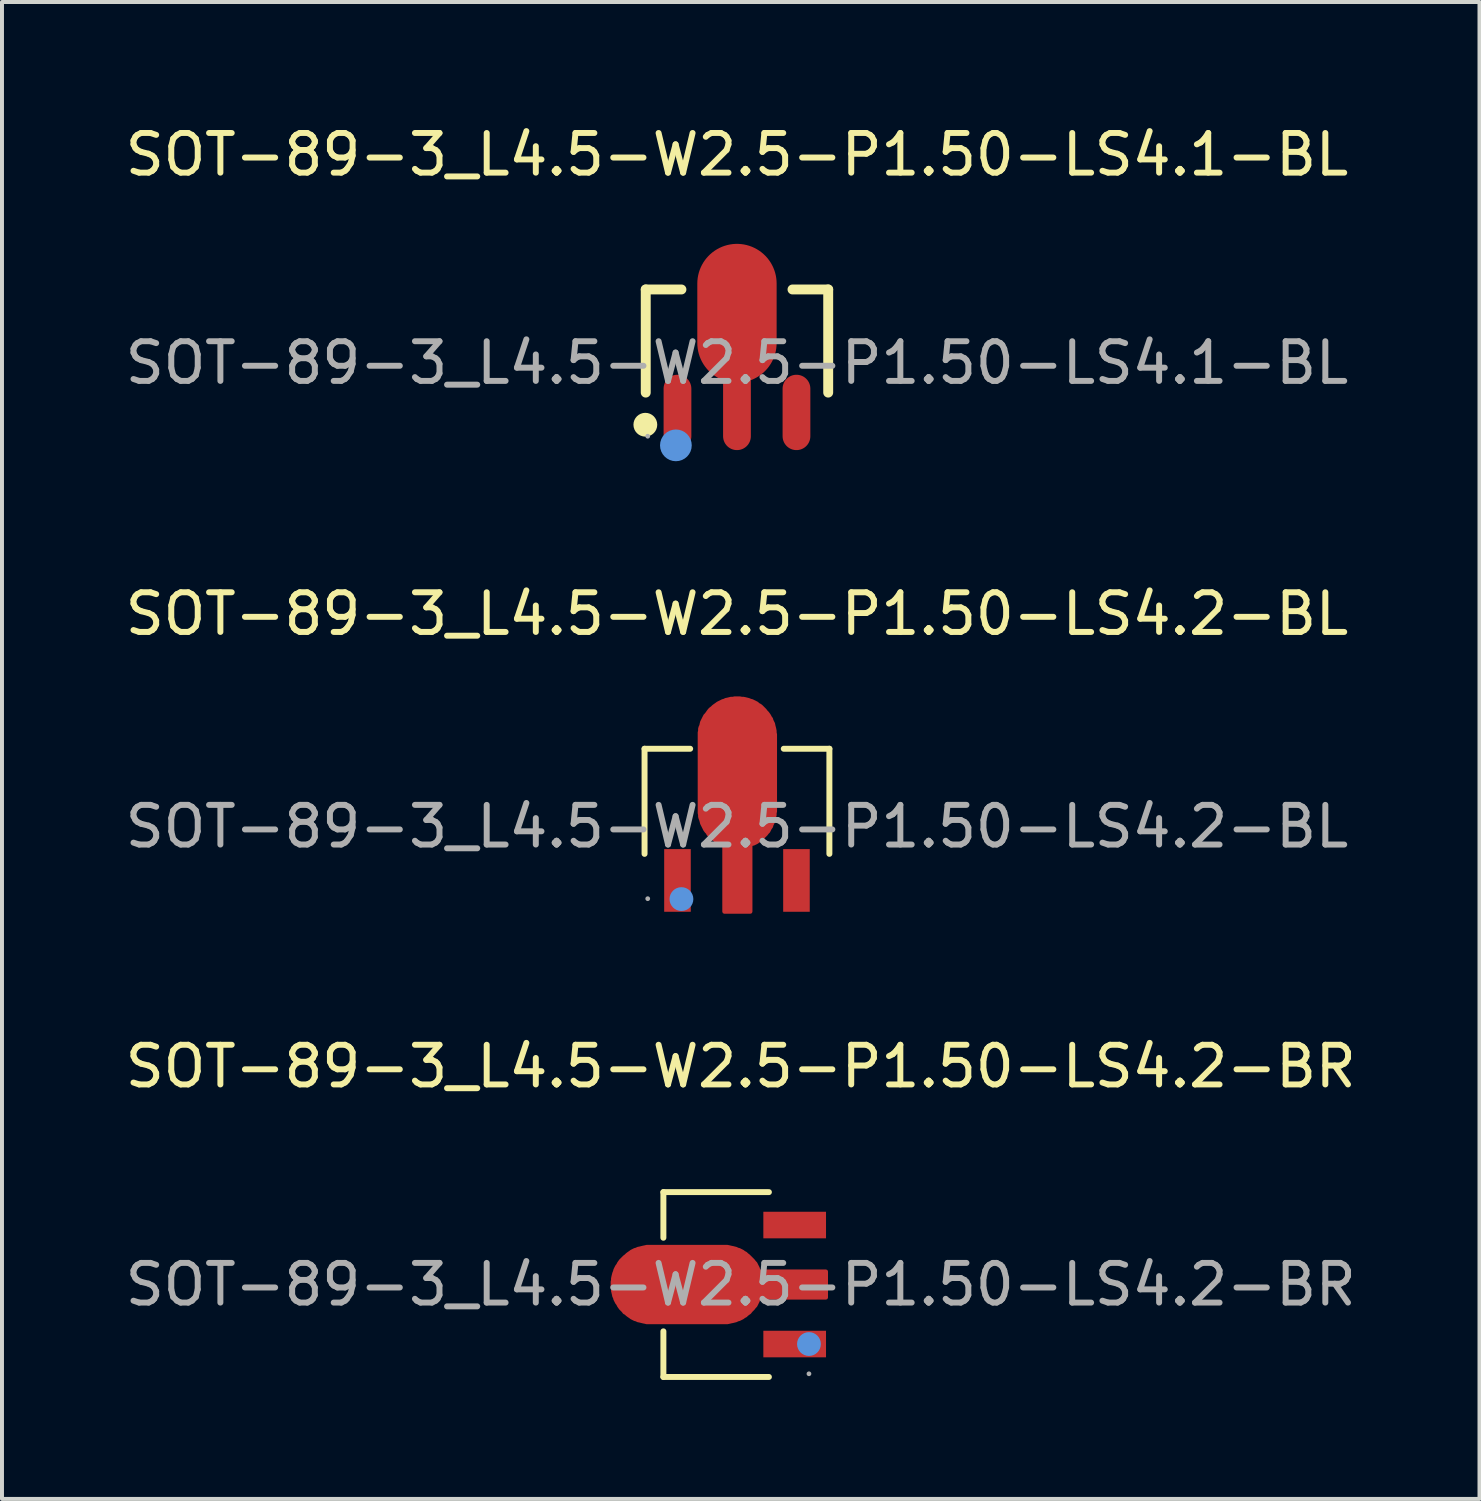
<source format=kicad_pcb>
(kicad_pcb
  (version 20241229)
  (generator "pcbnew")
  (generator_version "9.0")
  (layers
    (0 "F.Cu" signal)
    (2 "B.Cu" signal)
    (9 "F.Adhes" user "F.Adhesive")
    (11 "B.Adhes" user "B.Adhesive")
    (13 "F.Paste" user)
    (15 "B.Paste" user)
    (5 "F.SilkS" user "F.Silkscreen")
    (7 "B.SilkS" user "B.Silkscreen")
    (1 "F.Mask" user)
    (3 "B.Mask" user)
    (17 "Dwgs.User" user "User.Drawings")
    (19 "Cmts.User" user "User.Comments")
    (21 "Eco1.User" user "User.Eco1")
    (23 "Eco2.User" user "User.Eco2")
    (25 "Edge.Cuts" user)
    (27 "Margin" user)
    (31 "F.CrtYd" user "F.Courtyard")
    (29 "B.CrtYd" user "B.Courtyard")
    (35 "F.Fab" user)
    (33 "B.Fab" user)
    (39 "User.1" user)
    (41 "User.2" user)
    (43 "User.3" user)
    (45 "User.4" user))
  (footprint "SOT-89-3_L4.5-W2.5-P1.50-LS4.2-BL"
    (layer "F.Cu")
    (at 15.53 17.787)
    (property "Reference" "SOT-89-3_L4.5-W2.5-P1.50-LS4.2-BL" (at 0 -5.36 0) (layer "F.SilkS") (effects (font (size 1 1) (thickness 0.15))))
    (attr through_hole)
    (fp_line (start -2.33 -1.96) (end -1.18 -1.96) (stroke (width 0.15) (type solid)) (layer "F.SilkS"))
    (fp_line (start -2.33 0.69) (end -2.33 -1.96) (stroke (width 0.15) (type solid)) (layer "F.SilkS"))
    (fp_line (start 2.33 -1.96) (end 1.18 -1.96) (stroke (width 0.15) (type solid)) (layer "F.SilkS"))
    (fp_line (start 2.33 0.69) (end 2.33 -1.96) (stroke (width 0.15) (type solid)) (layer "F.SilkS"))
    (fp_circle (center -1.4 1.83) (end -1.25 1.83) (stroke (width 0.3) (type solid)) (fill no) (layer "Cmts.User"))
    (fp_circle (center -2.25 1.82) (end -2.22 1.82) (stroke (width 0.06) (type solid)) (fill no) (layer "F.Fab"))
    (fp_text user "${REFERENCE}" (at 0 0 0) (layer "F.Fab") (effects (font (size 1 1) (thickness 0.15))))
    (pad "1" smd rect (at -1.5 1.36 270) (size 1.58 0.67) (layers "F.Cu" "F.Mask" "F.Paste"))
    (pad "2" smd custom (at 0.01 -1.36) (size 0.01 0.01) (layers "F.Cu" "F.Mask" "F.Paste") (options (anchor circle)) (primitives (gr_poly (pts (xy 0.95 -0.92) (xy 0.95 0.93) (xy 0.95 0.98) (xy 0.94 1.02) (xy 0.94 1.07) (xy 0.93 1.11) (xy 0.92 1.15) (xy 0.91 1.2) (xy 0.9 1.24) (xy 0.88 1.28) (xy 0.86 1.32) (xy 0.85 1.36) (xy 0.82 1.4) (xy 0.8 1.44) (xy 0.78 1.48) (xy 0.75 1.51) (xy 0.72 1.55) (xy 0.69 1.58) (xy 0.66 1.61) (xy 0.63 1.64) (xy 0.6 1.67) (xy 0.56 1.7) (xy 0.52 1.73) (xy 0.49 1.75) (xy 0.45 1.77) (xy 0.41 1.79) (xy 0.33 1.81) (xy 0.33 3.51) (xy -0.33 3.51) (xy -0.33 1.81) (xy -0.41 1.79) (xy -0.45 1.77) (xy -0.49 1.75) (xy -0.53 1.73) (xy -0.56 1.7) (xy -0.6 1.67) (xy -0.63 1.64) (xy -0.67 1.61) (xy -0.7 1.58) (xy -0.73 1.55) (xy -0.75 1.51) (xy -0.78 1.48) (xy -0.81 1.44) (xy -0.83 1.4) (xy -0.85 1.36) (xy -0.87 1.32) (xy -0.89 1.28) (xy -0.9 1.24) (xy -0.91 1.2) (xy -0.93 1.15) (xy -0.94 1.11) (xy -0.94 1.07) (xy -0.95 1.02) (xy -0.95 0.98) (xy -0.95 0.93) (xy -0.95 -0.92) (xy -0.95 -0.96) (xy -0.95 -1.01) (xy -0.94 -1.05) (xy -0.94 -1.1) (xy -0.93 -1.14) (xy -0.91 -1.18) (xy -0.9 -1.23) (xy -0.89 -1.27) (xy -0.87 -1.31) (xy -0.85 -1.35) (xy -0.83 -1.39) (xy -0.81 -1.43) (xy -0.78 -1.46) (xy -0.75 -1.5) (xy -0.73 -1.53) (xy -0.7 -1.57) (xy -0.67 -1.6) (xy -0.63 -1.63) (xy -0.6 -1.66) (xy -0.56 -1.69) (xy -0.53 -1.71) (xy -0.49 -1.74) (xy -0.45 -1.76) (xy -0.41 -1.78) (xy -0.37 -1.8) (xy -0.33 -1.81) (xy -0.29 -1.83) (xy -0.24 -1.84) (xy -0.2 -1.85) (xy -0.16 -1.86) (xy -0.11 -1.86) (xy -0.07 -1.87) (xy -0.02 -1.87) (xy 0.02 -1.87) (xy 0.06 -1.87) (xy 0.11 -1.86) (xy 0.15 -1.86) (xy 0.2 -1.85) (xy 0.24 -1.84) (xy 0.28 -1.83) (xy 0.33 -1.81) (xy 0.37 -1.8) (xy 0.41 -1.78) (xy 0.45 -1.76) (xy 0.49 -1.74) (xy 0.52 -1.71) (xy 0.56 -1.69) (xy 0.6 -1.66) (xy 0.63 -1.63) (xy 0.66 -1.6) (xy 0.69 -1.57) (xy 0.72 -1.53) (xy 0.75 -1.5) (xy 0.78 -1.46) (xy 0.8 -1.43) (xy 0.82 -1.39) (xy 0.85 -1.35) (xy 0.86 -1.31) (xy 0.88 -1.27) (xy 0.9 -1.23) (xy 0.91 -1.18) (xy 0.92 -1.14) (xy 0.93 -1.1) (xy 0.94 -1.05) (xy 0.94 -1.01) (xy 0.95 -0.96) (xy 0.95 -0.92)) (width 0.1) (fill yes))))
    (pad "3" smd rect (at 1.5 1.36 270) (size 1.58 0.67) (layers "F.Cu" "F.Mask" "F.Paste")))
  (footprint "SOT-89-3_L4.5-W2.5-P1.50-LS4.1-BL"
    (layer "F.Cu")
    (at 15.53 6.098)
    (property "Reference" "SOT-89-3_L4.5-W2.5-P1.50-LS4.1-BL" (at 0 -5.25 0) (layer "F.SilkS") (effects (font (size 1 1) (thickness 0.15))))
    (attr through_hole)
    (fp_line (start -2.3 -1.85) (end -1.4 -1.85) (stroke (width 0.25) (type solid)) (layer "F.SilkS"))
    (fp_line (start -2.3 0.75) (end -2.3 -1.85) (stroke (width 0.25) (type solid)) (layer "F.SilkS"))
    (fp_line (start 1.4 -1.85) (end 2.3 -1.85) (stroke (width 0.25) (type solid)) (layer "F.SilkS"))
    (fp_line (start 2.3 -1.85) (end 2.3 0.75) (stroke (width 0.25) (type solid)) (layer "F.SilkS"))
    (fp_circle (center -2.31 1.56) (end -2.16 1.56) (stroke (width 0.3) (type solid)) (fill no) (layer "F.SilkS"))
    (fp_circle (center -1.54 2.08) (end -1.34 2.08) (stroke (width 0.4) (type solid)) (fill no) (layer "Cmts.User"))
    (fp_circle (center -2.25 1.85) (end -2.22 1.85) (stroke (width 0.06) (type solid)) (fill no) (layer "F.Fab"))
    (fp_text user "${REFERENCE}" (at 0 0 0) (layer "F.Fab") (effects (font (size 1 1) (thickness 0.15))))
    (pad "1" smd oval (at -1.5 1.25) (size 0.7 1.9) (layers "F.Cu" "F.Mask" "F.Paste"))
    (pad "2" smd oval (at 0 -1.25) (size 2 3.5) (layers "F.Cu" "F.Mask" "F.Paste"))
    (pad "2" smd oval (at 0 1.15) (size 0.7 2.1) (layers "F.Cu" "F.Mask" "F.Paste"))
    (pad "3" smd oval (at 1.5 1.25) (size 0.7 1.9) (layers "F.Cu" "F.Mask" "F.Paste")))
  (footprint "SOT-89-3_L4.5-W2.5-P1.50-LS4.2-BR"
    (layer "F.Cu")
    (at 15.625 29.335)
    (property "Reference" "SOT-89-3_L4.5-W2.5-P1.50-LS4.2-BR" (at 0 -5.5 0) (layer "F.SilkS") (effects (font (size 1 1) (thickness 0.15))))
    (attr through_hole)
    (fp_line (start -1.95 -2.33) (end -1.95 -1.18) (stroke (width 0.15) (type solid)) (layer "F.SilkS"))
    (fp_line (start -1.95 2.33) (end -1.95 1.18) (stroke (width 0.15) (type solid)) (layer "F.SilkS"))
    (fp_line (start 0.71 -2.33) (end -1.95 -2.33) (stroke (width 0.15) (type solid)) (layer "F.SilkS"))
    (fp_line (start 0.71 2.33) (end -1.95 2.33) (stroke (width 0.15) (type solid)) (layer "F.SilkS"))
    (fp_circle (center 1.72 1.5) (end 1.87 1.5) (stroke (width 0.3) (type solid)) (fill no) (layer "Cmts.User"))
    (fp_circle (center 1.72 2.25) (end 1.75 2.25) (stroke (width 0.06) (type solid)) (fill no) (layer "F.Fab"))
    (fp_text user "${REFERENCE}" (at 0 0 0) (layer "F.Fab") (effects (font (size 1 1) (thickness 0.15))))
    (pad "1" smd rect (at 1.36 1.5) (size 1.58 0.67) (layers "F.Cu" "F.Mask" "F.Paste"))
    (pad "2" smd custom (at -1.36 0) (size 0.01 0.01) (layers "F.Cu" "F.Mask" "F.Paste") (options (anchor circle)) (primitives (gr_poly (pts (xy -0.92 -0.95) (xy 0.93 -0.95) (xy 0.98 -0.95) (xy 1.02 -0.95) (xy 1.07 -0.94) (xy 1.11 -0.93) (xy 1.16 -0.92) (xy 1.2 -0.91) (xy 1.24 -0.9) (xy 1.28 -0.88) (xy 1.32 -0.87) (xy 1.36 -0.85) (xy 1.4 -0.83) (xy 1.44 -0.8) (xy 1.48 -0.78) (xy 1.51 -0.75) (xy 1.55 -0.72) (xy 1.58 -0.69) (xy 1.61 -0.66) (xy 1.64 -0.63) (xy 1.67 -0.6) (xy 1.7 -0.56) (xy 1.73 -0.53) (xy 1.75 -0.49) (xy 1.77 -0.45) (xy 1.79 -0.41) (xy 1.81 -0.33) (xy 3.51 -0.33) (xy 3.51 0.33) (xy 1.81 0.33) (xy 1.79 0.41) (xy 1.77 0.45) (xy 1.75 0.49) (xy 1.73 0.53) (xy 1.7 0.56) (xy 1.67 0.6) (xy 1.64 0.63) (xy 1.61 0.66) (xy 1.58 0.7) (xy 1.55 0.72) (xy 1.51 0.75) (xy 1.48 0.78) (xy 1.44 0.8) (xy 1.4 0.83) (xy 1.36 0.85) (xy 1.32 0.87) (xy 1.28 0.88) (xy 1.24 0.9) (xy 1.2 0.91) (xy 1.16 0.92) (xy 1.11 0.93) (xy 1.07 0.94) (xy 1.02 0.95) (xy 0.98 0.95) (xy 0.93 0.95) (xy -0.92 0.95) (xy -0.96 0.95) (xy -1.01 0.95) (xy -1.05 0.94) (xy -1.1 0.93) (xy -1.14 0.92) (xy -1.18 0.91) (xy -1.23 0.9) (xy -1.27 0.88) (xy -1.31 0.87) (xy -1.35 0.85) (xy -1.39 0.83) (xy -1.43 0.8) (xy -1.46 0.78) (xy -1.5 0.75) (xy -1.53 0.72) (xy -1.57 0.7) (xy -1.6 0.66) (xy -1.63 0.63) (xy -1.66 0.6) (xy -1.69 0.56) (xy -1.71 0.53) (xy -1.73 0.49) (xy -1.76 0.45) (xy -1.78 0.41) (xy -1.8 0.37) (xy -1.81 0.33) (xy -1.83 0.29) (xy -1.84 0.24) (xy -1.85 0.2) (xy -1.86 0.16) (xy -1.86 0.11) (xy -1.87 0.07) (xy -1.87 0.02) (xy -1.87 -0.02) (xy -1.87 -0.07) (xy -1.86 -0.11) (xy -1.86 -0.15) (xy -1.85 -0.2) (xy -1.84 -0.24) (xy -1.83 -0.28) (xy -1.81 -0.33) (xy -1.8 -0.37) (xy -1.78 -0.41) (xy -1.76 -0.45) (xy -1.73 -0.49) (xy -1.71 -0.53) (xy -1.69 -0.56) (xy -1.66 -0.6) (xy -1.63 -0.63) (xy -1.6 -0.66) (xy -1.57 -0.69) (xy -1.53 -0.72) (xy -1.5 -0.75) (xy -1.46 -0.78) (xy -1.43 -0.8) (xy -1.39 -0.83) (xy -1.35 -0.85) (xy -1.31 -0.87) (xy -1.27 -0.88) (xy -1.23 -0.9) (xy -1.18 -0.91) (xy -1.14 -0.92) (xy -1.1 -0.93) (xy -1.05 -0.94) (xy -1.01 -0.95) (xy -0.96 -0.95) (xy -0.92 -0.95)) (width 0.1) (fill yes))))
    (pad "3" smd rect (at 1.36 -1.5) (size 1.58 0.67) (layers "F.Cu" "F.Mask" "F.Paste")))
  (gr_rect
    (start -3 -3)
    (end 34.25 34.74)
    (stroke (width 0.1) (type default))
    (fill no)
    (layer "Edge.Cuts")))
</source>
